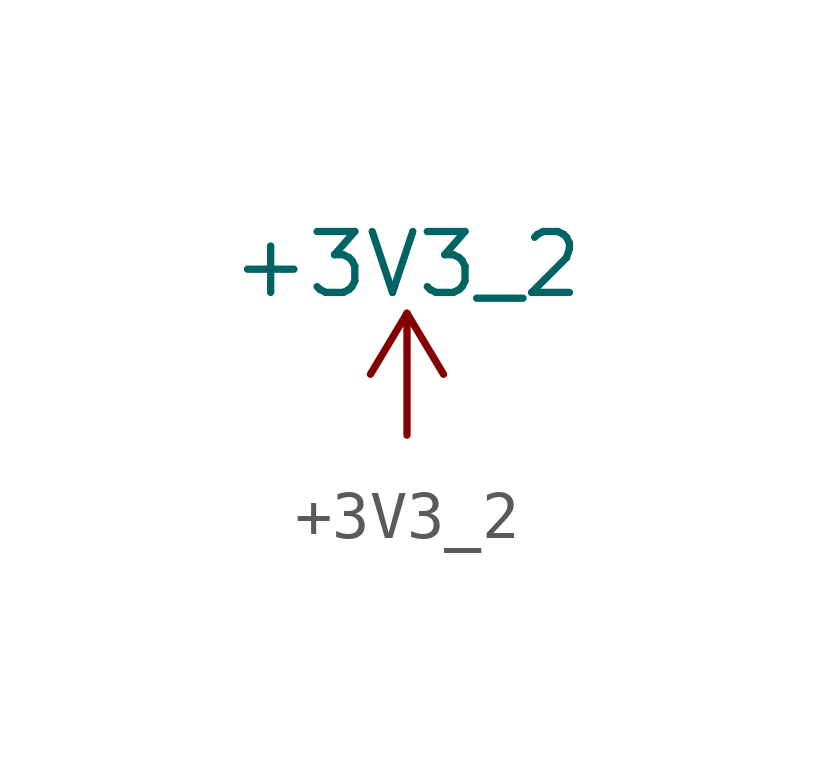
<source format=kicad_sym>
(kicad_symbol_lib
  (version 20231120)
  (generator "kicad_symbol_editor")
  (generator_version "8.0")
  (symbol "+3V3_2"
    (power)
    (pin_names
      (offset 0))
    (property "Reference" "#PWR"
      (at 0 -3.81 0)
      (effects (font (size 1.27 1.27)) (hide yes)))
    (property "Value" "+3V3_2"
      (at 0 3.556 0)
      (effects (font (size 1.27 1.27))))
    (symbol "+3V3_2_0_1"
      (polyline (pts (xy -0.762 1.27) (xy 0 2.54)) (stroke (width 0) (type default)) (fill (type none)))
      (polyline (pts (xy 0 0) (xy 0 2.54)) (stroke (width 0) (type default)) (fill (type none)))
      (polyline (pts (xy 0 2.54) (xy 0.762 1.27)) (stroke (width 0) (type default)) (fill (type none))))
    (symbol "+3V3_2_1_1"
      (pin power_in line (at 0 0 90) (length 0) hide (name "+3V3_1" (effects (font (size 1.27 1.27)))) (number "1" (effects (font (size 1.27 1.27))))))))
</source>
